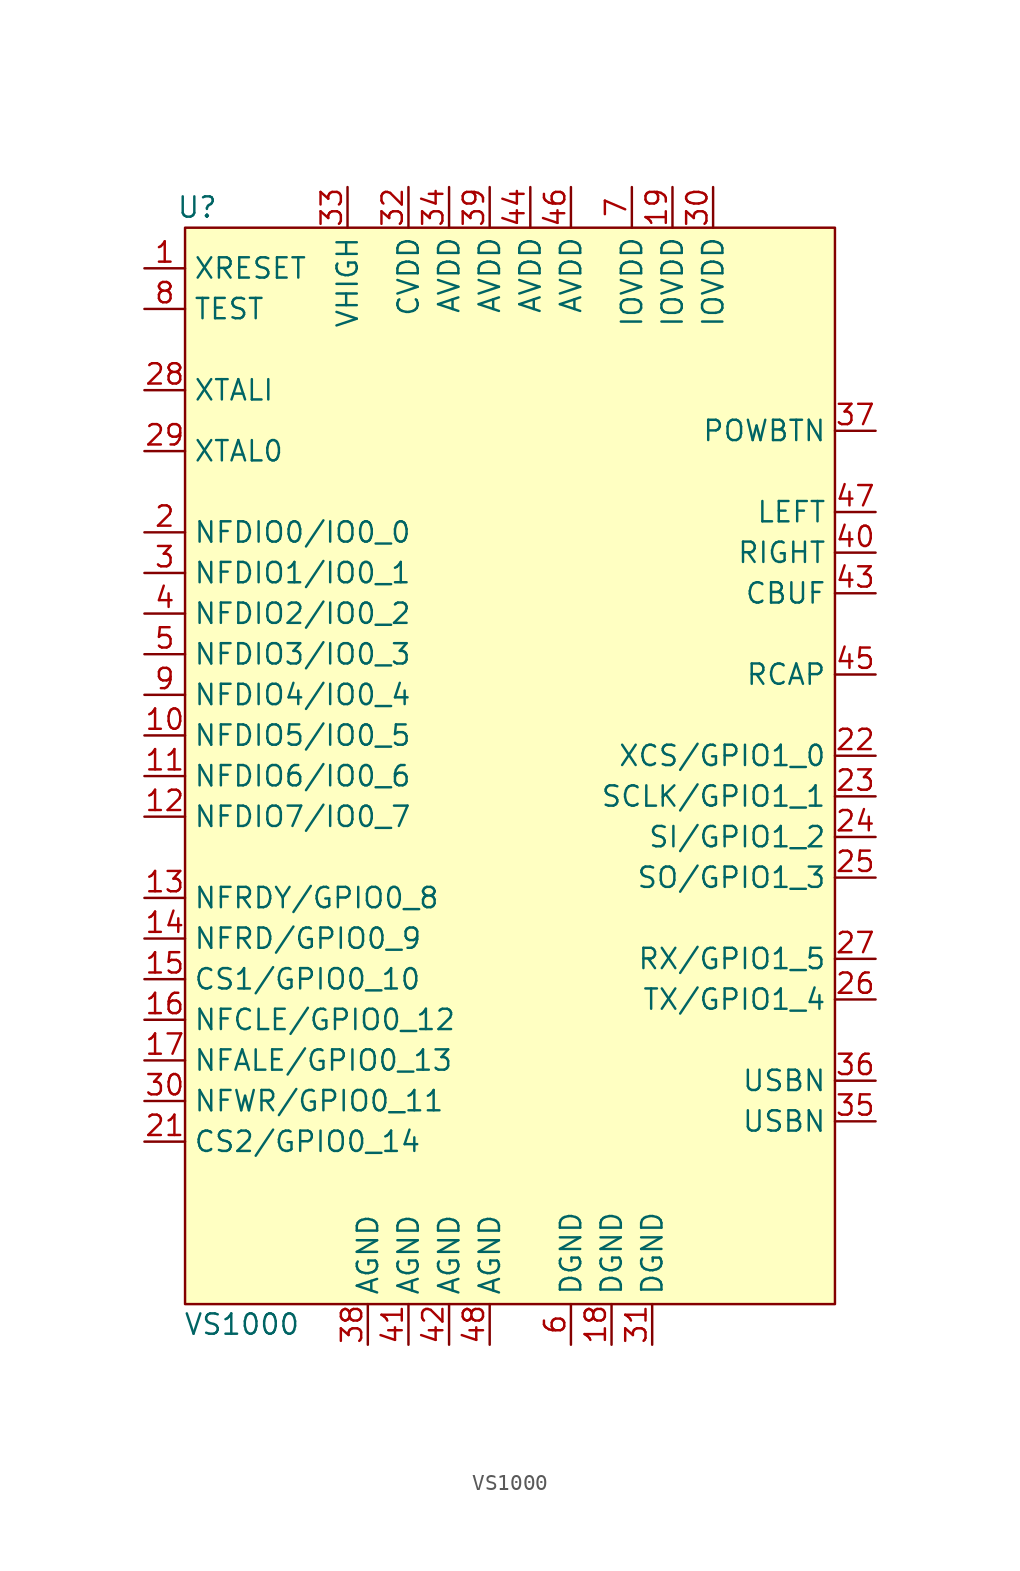
<source format=kicad_sym>
(kicad_symbol_lib
  (version 20231120)
  (generator "kicad_symbol_editor")
  (generator_version "8.0")
  (symbol "VS1000"
    (property "Reference" "U"
      (at -19.558 35.56 0)
      (effects (font (size 1.27 1.27))))
    (property "Value" "VS1000"
      (at -16.764 -34.29 0)
      (effects (font (size 1.27 1.27))))
    (symbol "VS1000_1_1"
      (rectangle (start -20.32 34.29) (end 20.32 -33.02) (stroke (width 0) (type default)) (fill (type background)))
      (pin input line (at -22.86 31.75 0) (length 2.54) (name "XRESET" (effects (font (size 1.27 1.27)))) (number "1" (effects (font (size 1.27 1.27)))))
      (pin bidirectional line (at -22.86 2.54 0) (length 2.54) (name "NFDIO5/IO0_5" (effects (font (size 1.27 1.27)))) (number "10" (effects (font (size 1.27 1.27)))))
      (pin bidirectional line (at -22.86 0 0) (length 2.54) (name "NFDIO6/IO0_6" (effects (font (size 1.27 1.27)))) (number "11" (effects (font (size 1.27 1.27)))))
      (pin bidirectional line (at -22.86 -2.54 0) (length 2.54) (name "NFDIO7/IO0_7" (effects (font (size 1.27 1.27)))) (number "12" (effects (font (size 1.27 1.27)))))
      (pin bidirectional line (at -22.86 -7.62 0) (length 2.54) (name "NFRDY/GPIO0_8" (effects (font (size 1.27 1.27)))) (number "13" (effects (font (size 1.27 1.27)))))
      (pin bidirectional line (at -22.86 -10.16 0) (length 2.54) (name "NFRD/GPIO0_9" (effects (font (size 1.27 1.27)))) (number "14" (effects (font (size 1.27 1.27)))))
      (pin bidirectional line (at -22.86 -12.7 0) (length 2.54) (name "CS1/GPIO0_10" (effects (font (size 1.27 1.27)))) (number "15" (effects (font (size 1.27 1.27)))))
      (pin bidirectional line (at -22.86 -15.24 0) (length 2.54) (name "NFCLE/GPIO0_12" (effects (font (size 1.27 1.27)))) (number "16" (effects (font (size 1.27 1.27)))))
      (pin bidirectional line (at -22.86 -17.78 0) (length 2.54) (name "NFALE/GPIO0_13" (effects (font (size 1.27 1.27)))) (number "17" (effects (font (size 1.27 1.27)))))
      (pin power_in line (at 6.35 -35.56 90) (length 2.54) (name "DGND" (effects (font (size 1.27 1.27)))) (number "18" (effects (font (size 1.27 1.27)))))
      (pin power_in line (at 10.16 36.83 270) (length 2.54) (name "IOVDD" (effects (font (size 1.27 1.27)))) (number "19" (effects (font (size 1.27 1.27)))))
      (pin bidirectional line (at -22.86 15.24 0) (length 2.54) (name "NFDIO0/IO0_0" (effects (font (size 1.27 1.27)))) (number "2" (effects (font (size 1.27 1.27)))))
      (pin bidirectional line (at -22.86 -22.86 0) (length 2.54) (name "CS2/GPIO0_14" (effects (font (size 1.27 1.27)))) (number "21" (effects (font (size 1.27 1.27)))))
      (pin bidirectional line (at 22.86 1.27 180) (length 2.54) (name "XCS/GPIO1_0" (effects (font (size 1.27 1.27)))) (number "22" (effects (font (size 1.27 1.27)))))
      (pin bidirectional line (at 22.86 -1.27 180) (length 2.54) (name "SCLK/GPIO1_1" (effects (font (size 1.27 1.27)))) (number "23" (effects (font (size 1.27 1.27)))))
      (pin bidirectional line (at 22.86 -3.81 180) (length 2.54) (name "SI/GPIO1_2" (effects (font (size 1.27 1.27)))) (number "24" (effects (font (size 1.27 1.27)))))
      (pin bidirectional line (at 22.86 -6.35 180) (length 2.54) (name "SO/GPIO1_3" (effects (font (size 1.27 1.27)))) (number "25" (effects (font (size 1.27 1.27)))))
      (pin output line (at 22.86 -13.97 180) (length 2.54) (name "TX/GPIO1_4" (effects (font (size 1.27 1.27)))) (number "26" (effects (font (size 1.27 1.27)))))
      (pin input line (at 22.86 -11.43 180) (length 2.54) (name "RX/GPIO1_5" (effects (font (size 1.27 1.27)))) (number "27" (effects (font (size 1.27 1.27)))))
      (pin input line (at -22.86 24.13 0) (length 2.54) (name "XTALI" (effects (font (size 1.27 1.27)))) (number "28" (effects (font (size 1.27 1.27)))))
      (pin output line (at -22.86 20.32 0) (length 2.54) (name "XTAL0" (effects (font (size 1.27 1.27)))) (number "29" (effects (font (size 1.27 1.27)))))
      (pin bidirectional line (at -22.86 12.7 0) (length 2.54) (name "NFDIO1/IO0_1" (effects (font (size 1.27 1.27)))) (number "3" (effects (font (size 1.27 1.27)))))
      (pin power_out line (at 12.7 36.83 270) (length 2.54) (name "IOVDD" (effects (font (size 1.27 1.27)))) (number "30" (effects (font (size 1.27 1.27)))))
      (pin bidirectional line (at -22.86 -20.32 0) (length 2.54) (name "NFWR/GPIO0_11" (effects (font (size 1.27 1.27)))) (number "30" (effects (font (size 1.27 1.27)))))
      (pin power_in line (at 8.89 -35.56 90) (length 2.54) (name "DGND" (effects (font (size 1.27 1.27)))) (number "31" (effects (font (size 1.27 1.27)))))
      (pin power_out line (at -6.35 36.83 270) (length 2.54) (name "CVDD" (effects (font (size 1.27 1.27)))) (number "32" (effects (font (size 1.27 1.27)))))
      (pin bidirectional line (at -10.16 36.83 270) (length 2.54) (name "VHIGH" (effects (font (size 1.27 1.27)))) (number "33" (effects (font (size 1.27 1.27)))))
      (pin power_out line (at -3.81 36.83 270) (length 2.54) (name "AVDD" (effects (font (size 1.27 1.27)))) (number "34" (effects (font (size 1.27 1.27)))))
      (pin bidirectional line (at 22.86 -21.59 180) (length 2.54) (name "USBN" (effects (font (size 1.27 1.27)))) (number "35" (effects (font (size 1.27 1.27)))))
      (pin bidirectional line (at 22.86 -19.05 180) (length 2.54) (name "USBN" (effects (font (size 1.27 1.27)))) (number "36" (effects (font (size 1.27 1.27)))))
      (pin input line (at 22.86 21.59 180) (length 2.54) (name "POWBTN" (effects (font (size 1.27 1.27)))) (number "37" (effects (font (size 1.27 1.27)))))
      (pin power_in line (at -8.89 -35.56 90) (length 2.54) (name "AGND" (effects (font (size 1.27 1.27)))) (number "38" (effects (font (size 1.27 1.27)))))
      (pin power_in line (at -1.27 36.83 270) (length 2.54) (name "AVDD" (effects (font (size 1.27 1.27)))) (number "39" (effects (font (size 1.27 1.27)))))
      (pin bidirectional line (at -22.86 10.16 0) (length 2.54) (name "NFDIO2/IO0_2" (effects (font (size 1.27 1.27)))) (number "4" (effects (font (size 1.27 1.27)))))
      (pin output line (at 22.86 13.97 180) (length 2.54) (name "RIGHT" (effects (font (size 1.27 1.27)))) (number "40" (effects (font (size 1.27 1.27)))))
      (pin power_in line (at -6.35 -35.56 90) (length 2.54) (name "AGND" (effects (font (size 1.27 1.27)))) (number "41" (effects (font (size 1.27 1.27)))))
      (pin power_in line (at -3.81 -35.56 90) (length 2.54) (name "AGND" (effects (font (size 1.27 1.27)))) (number "42" (effects (font (size 1.27 1.27)))))
      (pin output line (at 22.86 11.43 180) (length 2.54) (name "CBUF" (effects (font (size 1.27 1.27)))) (number "43" (effects (font (size 1.27 1.27)))))
      (pin power_in line (at 1.27 36.83 270) (length 2.54) (name "AVDD" (effects (font (size 1.27 1.27)))) (number "44" (effects (font (size 1.27 1.27)))))
      (pin output line (at 22.86 6.35 180) (length 2.54) (name "RCAP" (effects (font (size 1.27 1.27)))) (number "45" (effects (font (size 1.27 1.27)))))
      (pin power_in line (at 3.81 36.83 270) (length 2.54) (name "AVDD" (effects (font (size 1.27 1.27)))) (number "46" (effects (font (size 1.27 1.27)))))
      (pin output line (at 22.86 16.51 180) (length 2.54) (name "LEFT" (effects (font (size 1.27 1.27)))) (number "47" (effects (font (size 1.27 1.27)))))
      (pin power_in line (at -1.27 -35.56 90) (length 2.54) (name "AGND" (effects (font (size 1.27 1.27)))) (number "48" (effects (font (size 1.27 1.27)))))
      (pin bidirectional line (at -22.86 7.62 0) (length 2.54) (name "NFDIO3/IO0_3" (effects (font (size 1.27 1.27)))) (number "5" (effects (font (size 1.27 1.27)))))
      (pin power_in line (at 3.81 -35.56 90) (length 2.54) (name "DGND" (effects (font (size 1.27 1.27)))) (number "6" (effects (font (size 1.27 1.27)))))
      (pin power_in line (at 7.62 36.83 270) (length 2.54) (name "IOVDD" (effects (font (size 1.27 1.27)))) (number "7" (effects (font (size 1.27 1.27)))))
      (pin input line (at -22.86 29.21 0) (length 2.54) (name "TEST" (effects (font (size 1.27 1.27)))) (number "8" (effects (font (size 1.27 1.27)))))
      (pin bidirectional line (at -22.86 5.08 0) (length 2.54) (name "NFDIO4/IO0_4" (effects (font (size 1.27 1.27)))) (number "9" (effects (font (size 1.27 1.27))))))))
</source>
